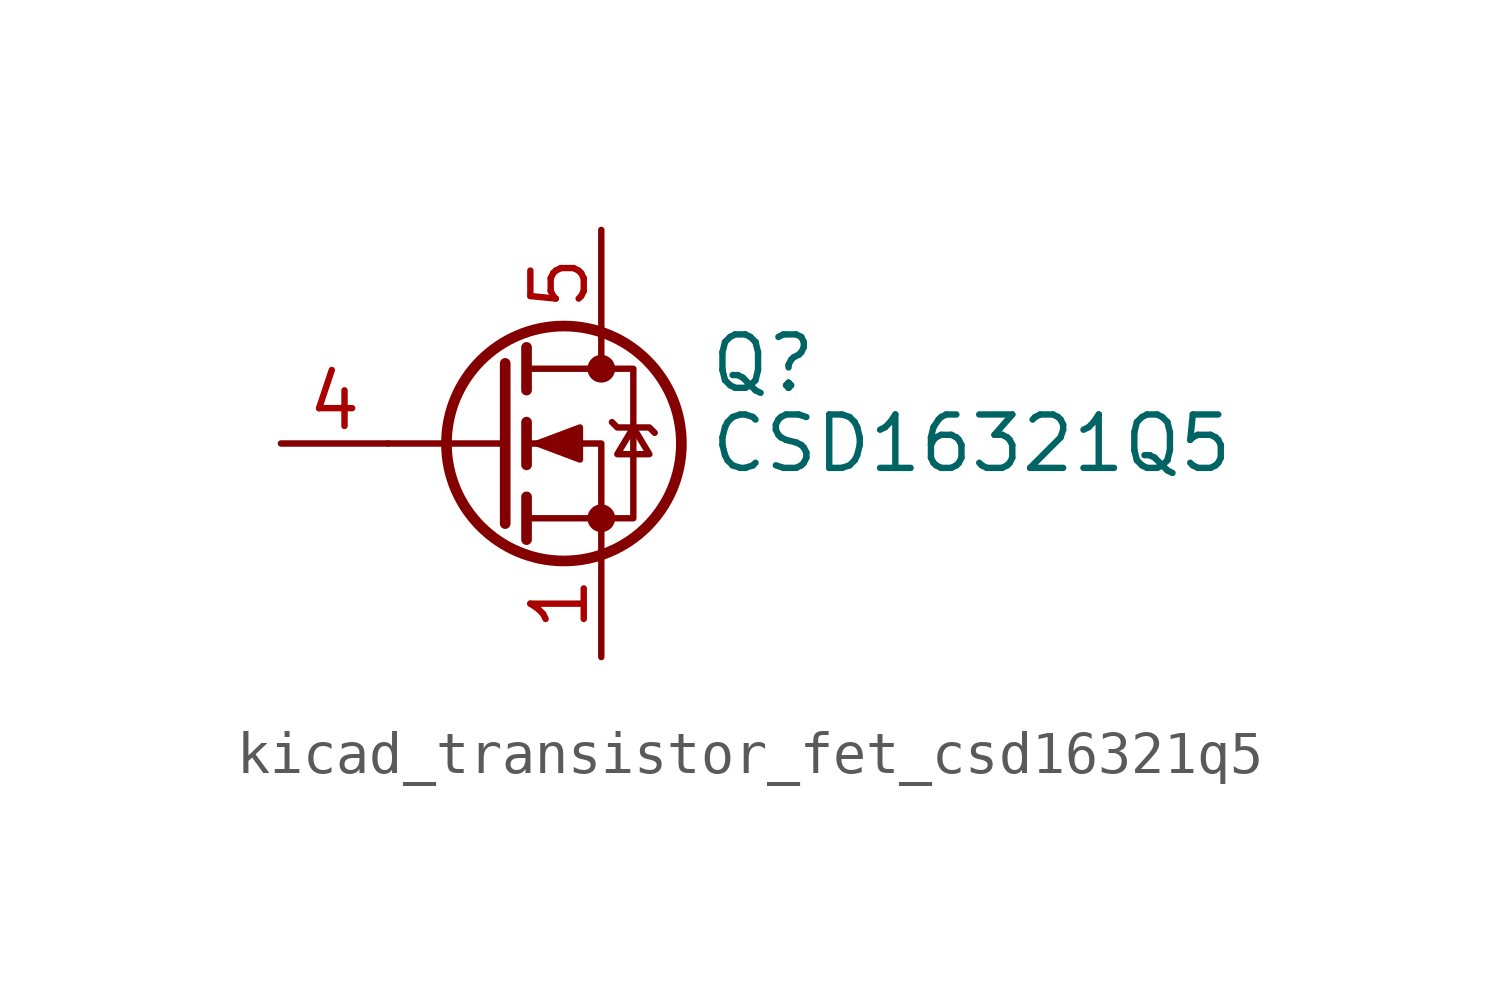
<source format=kicad_sym>
(kicad_symbol_lib
  (version 20220914)
  (generator kicad_symbol_editor)
  (symbol "kicad_transistor_fet_csd16321q5"
    (pin_names hide)
    (property "Reference" "Q"
      (at 5.08 1.905 0)
      (effects (font (size 1.27 1.27)) (justify left)))
    (property "Value" "CSD16321Q5"
      (at 5.08 0 0)
      (effects (font (size 1.27 1.27)) (justify left)))
    (symbol "kicad_transistor_fet_csd16321q5_0_1"
      (polyline (pts (xy 0.254 0) (xy -2.54 0)) (stroke (width 0) (type default)) (fill (type none)))
      (polyline (pts (xy 0.254 1.905) (xy 0.254 -1.905)) (stroke (width 0.254) (type default)) (fill (type none)))
      (polyline (pts (xy 0.762 -1.27) (xy 0.762 -2.286)) (stroke (width 0.254) (type default)) (fill (type none)))
      (polyline (pts (xy 0.762 0.508) (xy 0.762 -0.508)) (stroke (width 0.254) (type default)) (fill (type none)))
      (polyline (pts (xy 0.762 2.286) (xy 0.762 1.27)) (stroke (width 0.254) (type default)) (fill (type none)))
      (polyline (pts (xy 2.54 2.54) (xy 2.54 1.778)) (stroke (width 0) (type default)) (fill (type none)))
      (polyline (pts (xy 2.54 -2.54) (xy 2.54 0) (xy 0.762 0)) (stroke (width 0) (type default)) (fill (type none)))
      (polyline (pts (xy 0.762 -1.778) (xy 3.302 -1.778) (xy 3.302 1.778) (xy 0.762 1.778)) (stroke (width 0) (type default)) (fill (type none)))
      (polyline (pts (xy 1.016 0) (xy 2.032 0.381) (xy 2.032 -0.381) (xy 1.016 0)) (stroke (width 0) (type default)) (fill (type outline)))
      (polyline (pts (xy 2.794 0.508) (xy 2.921 0.381) (xy 3.683 0.381) (xy 3.81 0.254)) (stroke (width 0) (type default)) (fill (type none)))
      (polyline (pts (xy 3.302 0.381) (xy 2.921 -0.254) (xy 3.683 -0.254) (xy 3.302 0.381)) (stroke (width 0) (type default)) (fill (type none)))
      (circle (center 1.651 0) (radius 2.794) (stroke (width 0.254) (type default)) (fill (type none)))
      (circle (center 2.54 -1.778) (radius 0.254) (stroke (width 0) (type default)) (fill (type outline)))
      (circle (center 2.54 1.778) (radius 0.254) (stroke (width 0) (type default)) (fill (type outline))))
    (symbol "kicad_transistor_fet_csd16321q5_1_1"
      (pin passive line (at 2.54 -5.08 90) (length 2.54) (name "S" (effects (font (size 1.27 1.27)))) (number "1" (effects (font (size 1.27 1.27)))))
      (pin passive line (at 2.54 -5.08 90) (length 2.54) hide (name "S" (effects (font (size 1.27 1.27)))) (number "2" (effects (font (size 1.27 1.27)))))
      (pin passive line (at 2.54 -5.08 90) (length 2.54) hide (name "S" (effects (font (size 1.27 1.27)))) (number "3" (effects (font (size 1.27 1.27)))))
      (pin passive line (at -5.08 0 0) (length 2.54) (name "G" (effects (font (size 1.27 1.27)))) (number "4" (effects (font (size 1.27 1.27)))))
      (pin passive line (at 2.54 5.08 270) (length 2.54) (name "D" (effects (font (size 1.27 1.27)))) (number "5" (effects (font (size 1.27 1.27))))))))
</source>
